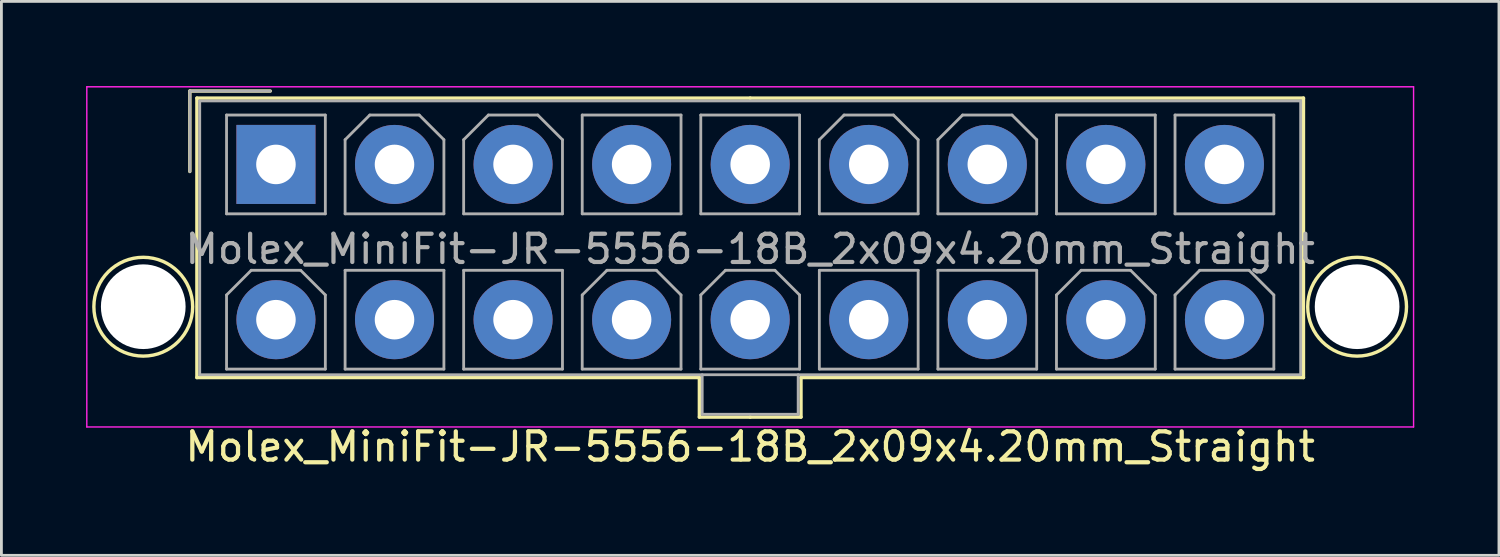
<source format=kicad_pcb>
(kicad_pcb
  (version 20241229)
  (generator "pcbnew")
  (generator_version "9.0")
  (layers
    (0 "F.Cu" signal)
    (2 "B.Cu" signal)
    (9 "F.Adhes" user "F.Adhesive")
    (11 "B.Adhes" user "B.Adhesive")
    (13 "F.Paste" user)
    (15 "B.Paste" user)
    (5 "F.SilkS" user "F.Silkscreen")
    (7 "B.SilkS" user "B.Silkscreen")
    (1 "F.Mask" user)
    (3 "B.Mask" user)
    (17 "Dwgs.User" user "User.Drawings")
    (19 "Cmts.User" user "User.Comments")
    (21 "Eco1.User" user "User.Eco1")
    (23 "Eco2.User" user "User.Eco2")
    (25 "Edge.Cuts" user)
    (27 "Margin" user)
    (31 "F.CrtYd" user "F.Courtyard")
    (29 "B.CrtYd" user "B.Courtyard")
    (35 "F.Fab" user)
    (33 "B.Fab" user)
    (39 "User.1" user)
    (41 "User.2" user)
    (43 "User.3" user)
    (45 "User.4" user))
  (footprint "Molex_MiniFit-JR-5556-18B_2x09x4.20mm_Straight"
    (layer "F.Cu")
    (at 6.725 2.775)
    (property "Reference" "Molex_MiniFit-JR-5556-18B_2x09x4.20mm_Straight" (at 16.8 10 0) (layer "F.SilkS") (effects (font (size 1 1) (thickness 0.15))))
    (attr through_hole)
    (fp_line (start -3.05 -2.6) (end -3.05 0.25) (stroke (width 0.12) (type solid)) (layer "F.SilkS"))
    (fp_line (start -2.8 -2.35) (end -2.8 7.55) (stroke (width 0.12) (type solid)) (layer "F.SilkS"))
    (fp_line (start -2.8 7.55) (end 15 7.55) (stroke (width 0.12) (type solid)) (layer "F.SilkS"))
    (fp_line (start -0.2 -2.6) (end -3.05 -2.6) (stroke (width 0.12) (type solid)) (layer "F.SilkS"))
    (fp_line (start 15 7.55) (end 15 8.95) (stroke (width 0.12) (type solid)) (layer "F.SilkS"))
    (fp_line (start 15 8.95) (end 16.8 8.95) (stroke (width 0.12) (type solid)) (layer "F.SilkS"))
    (fp_line (start 16.8 -2.35) (end -2.8 -2.35) (stroke (width 0.12) (type solid)) (layer "F.SilkS"))
    (fp_line (start 16.8 -2.35) (end 36.4 -2.35) (stroke (width 0.12) (type solid)) (layer "F.SilkS"))
    (fp_line (start 18.6 7.55) (end 18.6 8.95) (stroke (width 0.12) (type solid)) (layer "F.SilkS"))
    (fp_line (start 18.6 8.95) (end 16.8 8.95) (stroke (width 0.12) (type solid)) (layer "F.SilkS"))
    (fp_line (start 36.4 -2.35) (end 36.4 7.55) (stroke (width 0.12) (type solid)) (layer "F.SilkS"))
    (fp_line (start 36.4 7.55) (end 18.6 7.55) (stroke (width 0.12) (type solid)) (layer "F.SilkS"))
    (fp_circle (center -4.7 5.04) (end -2.95 5.04) (stroke (width 0.12) (type solid)) (fill no) (layer "F.SilkS"))
    (fp_circle (center 38.3 5.04) (end 40.05 5.04) (stroke (width 0.12) (type solid)) (fill no) (layer "F.SilkS"))
    (fp_line (start -6.7 -2.75) (end -6.7 9.3) (stroke (width 0.05) (type solid)) (layer "F.CrtYd"))
    (fp_line (start -6.7 9.3) (end 40.3 9.3) (stroke (width 0.05) (type solid)) (layer "F.CrtYd"))
    (fp_line (start 40.3 -2.75) (end -6.7 -2.75) (stroke (width 0.05) (type solid)) (layer "F.CrtYd"))
    (fp_line (start 40.3 9.3) (end 40.3 -2.75) (stroke (width 0.05) (type solid)) (layer "F.CrtYd"))
    (fp_line (start -3.05 -2.6) (end -3.05 0.25) (stroke (width 0.1) (type solid)) (layer "F.Fab"))
    (fp_line (start -2.7 -2.25) (end -2.7 7.45) (stroke (width 0.1) (type solid)) (layer "F.Fab"))
    (fp_line (start -2.7 7.45) (end 36.3 7.45) (stroke (width 0.1) (type solid)) (layer "F.Fab"))
    (fp_line (start -1.75 -1.75) (end -1.75 1.75) (stroke (width 0.1) (type solid)) (layer "F.Fab"))
    (fp_line (start -1.75 1.75) (end 1.75 1.75) (stroke (width 0.1) (type solid)) (layer "F.Fab"))
    (fp_line (start -1.75 4.625) (end -0.875 3.75) (stroke (width 0.1) (type solid)) (layer "F.Fab"))
    (fp_line (start -1.75 7.25) (end -1.75 4.625) (stroke (width 0.1) (type solid)) (layer "F.Fab"))
    (fp_line (start -0.875 3.75) (end 0.875 3.75) (stroke (width 0.1) (type solid)) (layer "F.Fab"))
    (fp_line (start -0.2 -2.6) (end -3.05 -2.6) (stroke (width 0.1) (type solid)) (layer "F.Fab"))
    (fp_line (start 0.875 3.75) (end 1.75 4.625) (stroke (width 0.1) (type solid)) (layer "F.Fab"))
    (fp_line (start 1.75 -1.75) (end -1.75 -1.75) (stroke (width 0.1) (type solid)) (layer "F.Fab"))
    (fp_line (start 1.75 1.75) (end 1.75 -1.75) (stroke (width 0.1) (type solid)) (layer "F.Fab"))
    (fp_line (start 1.75 4.625) (end 1.75 7.25) (stroke (width 0.1) (type solid)) (layer "F.Fab"))
    (fp_line (start 1.75 7.25) (end -1.75 7.25) (stroke (width 0.1) (type solid)) (layer "F.Fab"))
    (fp_line (start 2.45 -0.875) (end 3.325 -1.75) (stroke (width 0.1) (type solid)) (layer "F.Fab"))
    (fp_line (start 2.45 1.75) (end 2.45 -0.875) (stroke (width 0.1) (type solid)) (layer "F.Fab"))
    (fp_line (start 2.45 3.75) (end 2.45 7.25) (stroke (width 0.1) (type solid)) (layer "F.Fab"))
    (fp_line (start 2.45 7.25) (end 5.95 7.25) (stroke (width 0.1) (type solid)) (layer "F.Fab"))
    (fp_line (start 3.325 -1.75) (end 5.075 -1.75) (stroke (width 0.1) (type solid)) (layer "F.Fab"))
    (fp_line (start 5.075 -1.75) (end 5.95 -0.875) (stroke (width 0.1) (type solid)) (layer "F.Fab"))
    (fp_line (start 5.95 -0.875) (end 5.95 1.75) (stroke (width 0.1) (type solid)) (layer "F.Fab"))
    (fp_line (start 5.95 1.75) (end 2.45 1.75) (stroke (width 0.1) (type solid)) (layer "F.Fab"))
    (fp_line (start 5.95 3.75) (end 2.45 3.75) (stroke (width 0.1) (type solid)) (layer "F.Fab"))
    (fp_line (start 5.95 7.25) (end 5.95 3.75) (stroke (width 0.1) (type solid)) (layer "F.Fab"))
    (fp_line (start 6.65 -0.875) (end 7.525 -1.75) (stroke (width 0.1) (type solid)) (layer "F.Fab"))
    (fp_line (start 6.65 1.75) (end 6.65 -0.875) (stroke (width 0.1) (type solid)) (layer "F.Fab"))
    (fp_line (start 6.65 3.75) (end 6.65 7.25) (stroke (width 0.1) (type solid)) (layer "F.Fab"))
    (fp_line (start 6.65 7.25) (end 10.15 7.25) (stroke (width 0.1) (type solid)) (layer "F.Fab"))
    (fp_line (start 7.525 -1.75) (end 9.275 -1.75) (stroke (width 0.1) (type solid)) (layer "F.Fab"))
    (fp_line (start 9.275 -1.75) (end 10.15 -0.875) (stroke (width 0.1) (type solid)) (layer "F.Fab"))
    (fp_line (start 10.15 -0.875) (end 10.15 1.75) (stroke (width 0.1) (type solid)) (layer "F.Fab"))
    (fp_line (start 10.15 1.75) (end 6.65 1.75) (stroke (width 0.1) (type solid)) (layer "F.Fab"))
    (fp_line (start 10.15 3.75) (end 6.65 3.75) (stroke (width 0.1) (type solid)) (layer "F.Fab"))
    (fp_line (start 10.15 7.25) (end 10.15 3.75) (stroke (width 0.1) (type solid)) (layer "F.Fab"))
    (fp_line (start 10.85 -1.75) (end 10.85 1.75) (stroke (width 0.1) (type solid)) (layer "F.Fab"))
    (fp_line (start 10.85 1.75) (end 14.35 1.75) (stroke (width 0.1) (type solid)) (layer "F.Fab"))
    (fp_line (start 10.85 4.625) (end 11.725 3.75) (stroke (width 0.1) (type solid)) (layer "F.Fab"))
    (fp_line (start 10.85 7.25) (end 10.85 4.625) (stroke (width 0.1) (type solid)) (layer "F.Fab"))
    (fp_line (start 11.725 3.75) (end 13.475 3.75) (stroke (width 0.1) (type solid)) (layer "F.Fab"))
    (fp_line (start 13.475 3.75) (end 14.35 4.625) (stroke (width 0.1) (type solid)) (layer "F.Fab"))
    (fp_line (start 14.35 -1.75) (end 10.85 -1.75) (stroke (width 0.1) (type solid)) (layer "F.Fab"))
    (fp_line (start 14.35 1.75) (end 14.35 -1.75) (stroke (width 0.1) (type solid)) (layer "F.Fab"))
    (fp_line (start 14.35 4.625) (end 14.35 7.25) (stroke (width 0.1) (type solid)) (layer "F.Fab"))
    (fp_line (start 14.35 7.25) (end 10.85 7.25) (stroke (width 0.1) (type solid)) (layer "F.Fab"))
    (fp_line (start 15.05 -1.75) (end 15.05 1.75) (stroke (width 0.1) (type solid)) (layer "F.Fab"))
    (fp_line (start 15.05 1.75) (end 18.55 1.75) (stroke (width 0.1) (type solid)) (layer "F.Fab"))
    (fp_line (start 15.05 4.625) (end 15.925 3.75) (stroke (width 0.1) (type solid)) (layer "F.Fab"))
    (fp_line (start 15.05 7.25) (end 15.05 4.625) (stroke (width 0.1) (type solid)) (layer "F.Fab"))
    (fp_line (start 15.1 7.45) (end 15.1 8.85) (stroke (width 0.1) (type solid)) (layer "F.Fab"))
    (fp_line (start 15.1 8.85) (end 18.5 8.85) (stroke (width 0.1) (type solid)) (layer "F.Fab"))
    (fp_line (start 15.925 3.75) (end 17.675 3.75) (stroke (width 0.1) (type solid)) (layer "F.Fab"))
    (fp_line (start 17.675 3.75) (end 18.55 4.625) (stroke (width 0.1) (type solid)) (layer "F.Fab"))
    (fp_line (start 18.5 8.85) (end 18.5 7.45) (stroke (width 0.1) (type solid)) (layer "F.Fab"))
    (fp_line (start 18.55 -1.75) (end 15.05 -1.75) (stroke (width 0.1) (type solid)) (layer "F.Fab"))
    (fp_line (start 18.55 1.75) (end 18.55 -1.75) (stroke (width 0.1) (type solid)) (layer "F.Fab"))
    (fp_line (start 18.55 4.625) (end 18.55 7.25) (stroke (width 0.1) (type solid)) (layer "F.Fab"))
    (fp_line (start 18.55 7.25) (end 15.05 7.25) (stroke (width 0.1) (type solid)) (layer "F.Fab"))
    (fp_line (start 19.25 -0.875) (end 20.125 -1.75) (stroke (width 0.1) (type solid)) (layer "F.Fab"))
    (fp_line (start 19.25 1.75) (end 19.25 -0.875) (stroke (width 0.1) (type solid)) (layer "F.Fab"))
    (fp_line (start 19.25 3.75) (end 19.25 7.25) (stroke (width 0.1) (type solid)) (layer "F.Fab"))
    (fp_line (start 19.25 7.25) (end 22.75 7.25) (stroke (width 0.1) (type solid)) (layer "F.Fab"))
    (fp_line (start 20.125 -1.75) (end 21.875 -1.75) (stroke (width 0.1) (type solid)) (layer "F.Fab"))
    (fp_line (start 21.875 -1.75) (end 22.75 -0.875) (stroke (width 0.1) (type solid)) (layer "F.Fab"))
    (fp_line (start 22.75 -0.875) (end 22.75 1.75) (stroke (width 0.1) (type solid)) (layer "F.Fab"))
    (fp_line (start 22.75 1.75) (end 19.25 1.75) (stroke (width 0.1) (type solid)) (layer "F.Fab"))
    (fp_line (start 22.75 3.75) (end 19.25 3.75) (stroke (width 0.1) (type solid)) (layer "F.Fab"))
    (fp_line (start 22.75 7.25) (end 22.75 3.75) (stroke (width 0.1) (type solid)) (layer "F.Fab"))
    (fp_line (start 23.45 -0.875) (end 24.325 -1.75) (stroke (width 0.1) (type solid)) (layer "F.Fab"))
    (fp_line (start 23.45 1.75) (end 23.45 -0.875) (stroke (width 0.1) (type solid)) (layer "F.Fab"))
    (fp_line (start 23.45 3.75) (end 23.45 7.25) (stroke (width 0.1) (type solid)) (layer "F.Fab"))
    (fp_line (start 23.45 7.25) (end 26.95 7.25) (stroke (width 0.1) (type solid)) (layer "F.Fab"))
    (fp_line (start 24.325 -1.75) (end 26.075 -1.75) (stroke (width 0.1) (type solid)) (layer "F.Fab"))
    (fp_line (start 26.075 -1.75) (end 26.95 -0.875) (stroke (width 0.1) (type solid)) (layer "F.Fab"))
    (fp_line (start 26.95 -0.875) (end 26.95 1.75) (stroke (width 0.1) (type solid)) (layer "F.Fab"))
    (fp_line (start 26.95 1.75) (end 23.45 1.75) (stroke (width 0.1) (type solid)) (layer "F.Fab"))
    (fp_line (start 26.95 3.75) (end 23.45 3.75) (stroke (width 0.1) (type solid)) (layer "F.Fab"))
    (fp_line (start 26.95 7.25) (end 26.95 3.75) (stroke (width 0.1) (type solid)) (layer "F.Fab"))
    (fp_line (start 27.65 -1.75) (end 27.65 1.75) (stroke (width 0.1) (type solid)) (layer "F.Fab"))
    (fp_line (start 27.65 1.75) (end 31.15 1.75) (stroke (width 0.1) (type solid)) (layer "F.Fab"))
    (fp_line (start 27.65 4.625) (end 28.525 3.75) (stroke (width 0.1) (type solid)) (layer "F.Fab"))
    (fp_line (start 27.65 7.25) (end 27.65 4.625) (stroke (width 0.1) (type solid)) (layer "F.Fab"))
    (fp_line (start 28.525 3.75) (end 30.275 3.75) (stroke (width 0.1) (type solid)) (layer "F.Fab"))
    (fp_line (start 30.275 3.75) (end 31.15 4.625) (stroke (width 0.1) (type solid)) (layer "F.Fab"))
    (fp_line (start 31.15 -1.75) (end 27.65 -1.75) (stroke (width 0.1) (type solid)) (layer "F.Fab"))
    (fp_line (start 31.15 1.75) (end 31.15 -1.75) (stroke (width 0.1) (type solid)) (layer "F.Fab"))
    (fp_line (start 31.15 4.625) (end 31.15 7.25) (stroke (width 0.1) (type solid)) (layer "F.Fab"))
    (fp_line (start 31.15 7.25) (end 27.65 7.25) (stroke (width 0.1) (type solid)) (layer "F.Fab"))
    (fp_line (start 31.85 -1.75) (end 31.85 1.75) (stroke (width 0.1) (type solid)) (layer "F.Fab"))
    (fp_line (start 31.85 1.75) (end 35.35 1.75) (stroke (width 0.1) (type solid)) (layer "F.Fab"))
    (fp_line (start 31.85 4.625) (end 32.725 3.75) (stroke (width 0.1) (type solid)) (layer "F.Fab"))
    (fp_line (start 31.85 7.25) (end 31.85 4.625) (stroke (width 0.1) (type solid)) (layer "F.Fab"))
    (fp_line (start 32.725 3.75) (end 34.475 3.75) (stroke (width 0.1) (type solid)) (layer "F.Fab"))
    (fp_line (start 34.475 3.75) (end 35.35 4.625) (stroke (width 0.1) (type solid)) (layer "F.Fab"))
    (fp_line (start 35.35 -1.75) (end 31.85 -1.75) (stroke (width 0.1) (type solid)) (layer "F.Fab"))
    (fp_line (start 35.35 1.75) (end 35.35 -1.75) (stroke (width 0.1) (type solid)) (layer "F.Fab"))
    (fp_line (start 35.35 4.625) (end 35.35 7.25) (stroke (width 0.1) (type solid)) (layer "F.Fab"))
    (fp_line (start 35.35 7.25) (end 31.85 7.25) (stroke (width 0.1) (type solid)) (layer "F.Fab"))
    (fp_line (start 36.3 -2.25) (end -2.7 -2.25) (stroke (width 0.1) (type solid)) (layer "F.Fab"))
    (fp_line (start 36.3 7.45) (end 36.3 -2.25) (stroke (width 0.1) (type solid)) (layer "F.Fab"))
    (fp_text user "${REFERENCE}" (at 16.8 3 0) (layer "F.Fab") (effects (font (size 1 1) (thickness 0.15))))
    (pad "" np_thru_hole circle (at -4.7 5.04) (size 3 3) (drill 3) (layers "*.Cu" "*.Mask"))
    (pad "" np_thru_hole circle (at 38.3 5.04) (size 3 3) (drill 3) (layers "*.Cu" "*.Mask"))
    (pad "1" thru_hole rect (at 0 0) (size 2.8 2.8) (drill 1.4) (layers "*.Cu" "*.Mask"))
    (pad "2" thru_hole circle (at 4.2 0) (size 2.8 2.8) (drill 1.4) (layers "*.Cu" "*.Mask"))
    (pad "3" thru_hole circle (at 8.4 0) (size 2.8 2.8) (drill 1.4) (layers "*.Cu" "*.Mask"))
    (pad "4" thru_hole circle (at 12.6 0) (size 2.8 2.8) (drill 1.4) (layers "*.Cu" "*.Mask"))
    (pad "5" thru_hole circle (at 16.8 0) (size 2.8 2.8) (drill 1.4) (layers "*.Cu" "*.Mask"))
    (pad "6" thru_hole circle (at 21 0) (size 2.8 2.8) (drill 1.4) (layers "*.Cu" "*.Mask"))
    (pad "7" thru_hole circle (at 25.2 0) (size 2.8 2.8) (drill 1.4) (layers "*.Cu" "*.Mask"))
    (pad "8" thru_hole circle (at 29.4 0) (size 2.8 2.8) (drill 1.4) (layers "*.Cu" "*.Mask"))
    (pad "9" thru_hole circle (at 33.6 0) (size 2.8 2.8) (drill 1.4) (layers "*.Cu" "*.Mask"))
    (pad "10" thru_hole circle (at 0 5.5) (size 2.8 2.8) (drill 1.4) (layers "*.Cu" "*.Mask"))
    (pad "11" thru_hole circle (at 4.2 5.5) (size 2.8 2.8) (drill 1.4) (layers "*.Cu" "*.Mask"))
    (pad "12" thru_hole circle (at 8.4 5.5) (size 2.8 2.8) (drill 1.4) (layers "*.Cu" "*.Mask"))
    (pad "13" thru_hole circle (at 12.6 5.5) (size 2.8 2.8) (drill 1.4) (layers "*.Cu" "*.Mask"))
    (pad "14" thru_hole circle (at 16.8 5.5) (size 2.8 2.8) (drill 1.4) (layers "*.Cu" "*.Mask"))
    (pad "15" thru_hole circle (at 21 5.5) (size 2.8 2.8) (drill 1.4) (layers "*.Cu" "*.Mask"))
    (pad "16" thru_hole circle (at 25.2 5.5) (size 2.8 2.8) (drill 1.4) (layers "*.Cu" "*.Mask"))
    (pad "17" thru_hole circle (at 29.4 5.5) (size 2.8 2.8) (drill 1.4) (layers "*.Cu" "*.Mask"))
    (pad "18" thru_hole circle (at 33.6 5.5) (size 2.8 2.8) (drill 1.4) (layers "*.Cu" "*.Mask")))
  (gr_rect
    (start -3 -3)
    (end 50.05 16.623)
    (stroke (width 0.1) (type default))
    (fill no)
    (layer "Edge.Cuts")))
</source>
